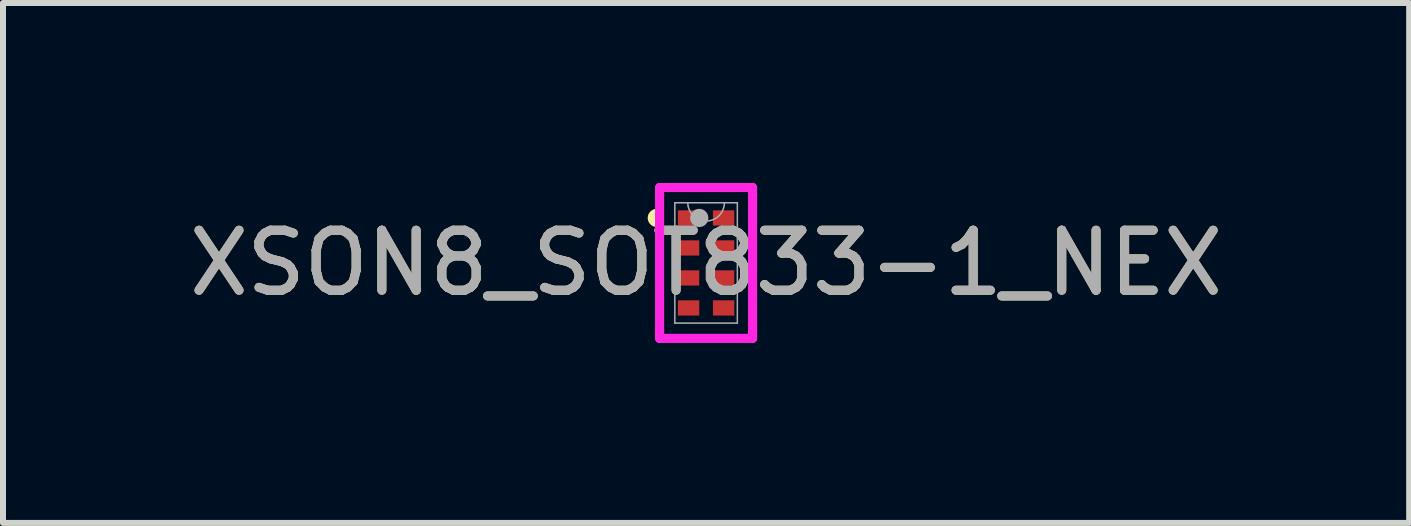
<source format=kicad_pcb>
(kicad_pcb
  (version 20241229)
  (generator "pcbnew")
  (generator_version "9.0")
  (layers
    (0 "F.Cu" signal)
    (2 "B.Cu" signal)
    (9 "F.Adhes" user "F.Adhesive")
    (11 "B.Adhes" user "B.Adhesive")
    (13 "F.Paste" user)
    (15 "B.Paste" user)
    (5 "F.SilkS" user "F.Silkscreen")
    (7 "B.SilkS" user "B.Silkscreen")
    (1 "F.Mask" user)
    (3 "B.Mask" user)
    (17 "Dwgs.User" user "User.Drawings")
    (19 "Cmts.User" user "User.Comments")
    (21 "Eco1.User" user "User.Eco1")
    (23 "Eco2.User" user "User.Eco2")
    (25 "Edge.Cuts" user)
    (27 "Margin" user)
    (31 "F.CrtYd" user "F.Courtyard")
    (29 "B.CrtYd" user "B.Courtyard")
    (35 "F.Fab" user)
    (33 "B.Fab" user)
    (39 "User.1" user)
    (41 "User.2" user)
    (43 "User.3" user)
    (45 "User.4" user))
  (footprint "XSON8_SOT833-1_NEX"
    (layer "F.Cu")
    (at 8.72 1.333)
    (property "Reference" "XSON8_SOT833-1_NEX" (at 0 0 0) (unlocked yes) (layer "F.SilkS") (effects (font (size 1 1) (thickness 0.15))))
    (attr smd)
    (fp_arc (start -0.80264 -0.676376) (mid -0.897763 -0.750189) (end -0.80264 -0.824002) (stroke (width 0.1524) (type solid)) (layer "F.SilkS"))
    (fp_line (start -0.775 -1.257) (end 0.775 -1.257) (stroke (width 0.152) (type solid)) (layer "F.CrtYd"))
    (fp_line (start -0.775 -1.131) (end -0.775 -1.257) (stroke (width 0.152) (type solid)) (layer "F.CrtYd"))
    (fp_line (start -0.775 -1.131) (end -0.775 -1.131) (stroke (width 0.152) (type solid)) (layer "F.CrtYd"))
    (fp_line (start -0.775 1.131) (end -0.775 -1.131) (stroke (width 0.152) (type solid)) (layer "F.CrtYd"))
    (fp_line (start -0.775 1.131) (end -0.775 1.131) (stroke (width 0.152) (type solid)) (layer "F.CrtYd"))
    (fp_line (start -0.775 1.257) (end -0.775 1.131) (stroke (width 0.152) (type solid)) (layer "F.CrtYd"))
    (fp_line (start 0.775 -1.257) (end 0.775 -1.131) (stroke (width 0.152) (type solid)) (layer "F.CrtYd"))
    (fp_line (start 0.775 -1.131) (end 0.775 -1.131) (stroke (width 0.152) (type solid)) (layer "F.CrtYd"))
    (fp_line (start 0.775 -1.131) (end 0.775 1.131) (stroke (width 0.152) (type solid)) (layer "F.CrtYd"))
    (fp_line (start 0.775 1.131) (end 0.775 1.131) (stroke (width 0.152) (type solid)) (layer "F.CrtYd"))
    (fp_line (start 0.775 1.131) (end 0.775 1.257) (stroke (width 0.152) (type solid)) (layer "F.CrtYd"))
    (fp_line (start 0.775 1.257) (end -0.775 1.257) (stroke (width 0.152) (type solid)) (layer "F.CrtYd"))
    (fp_line (start -0.521 -1.003) (end -0.521 1.003) (stroke (width 0.025) (type solid)) (layer "F.Fab"))
    (fp_line (start -0.521 1.003) (end 0.521 1.003) (stroke (width 0.025) (type solid)) (layer "F.Fab"))
    (fp_line (start 0.521 -1.003) (end -0.521 -1.003) (stroke (width 0.025) (type solid)) (layer "F.Fab"))
    (fp_line (start 0.521 1.003) (end 0.521 -1.003) (stroke (width 0.025) (type solid)) (layer "F.Fab"))
    (fp_arc (start 0.3048 -1.0033) (mid 0 -0.6985) (end -0.3048 -1.0033) (stroke (width 0.0254) (type solid)) (layer "F.Fab"))
    (fp_circle (center -0.114 -0.75) (end -0.038 -0.75) (stroke (width 0.152) (type solid)) (fill no) (layer "F.Fab"))
    (fp_text user "${REFERENCE}" (at 0 0 0) (unlocked yes) (layer "F.Fab") (effects (font (size 1 1) (thickness 0.15))))
    (pad "1" smd rect (at -0.267 -0.75) (size 0.406 0.254) (layers "F.Cu" "F.Mask" "F.Paste"))
    (pad "2" smd rect (at -0.292 -0.25) (size 0.356 0.254) (layers "F.Cu" "F.Mask" "F.Paste"))
    (pad "3" smd rect (at -0.292 0.25) (size 0.356 0.254) (layers "F.Cu" "F.Mask" "F.Paste"))
    (pad "4" smd rect (at -0.292 0.75) (size 0.356 0.254) (layers "F.Cu" "F.Mask" "F.Paste"))
    (pad "5" smd rect (at 0.292 0.75) (size 0.356 0.254) (layers "F.Cu" "F.Mask" "F.Paste"))
    (pad "6" smd rect (at 0.292 0.25) (size 0.356 0.254) (layers "F.Cu" "F.Mask" "F.Paste"))
    (pad "7" smd rect (at 0.292 -0.25) (size 0.356 0.254) (layers "F.Cu" "F.Mask" "F.Paste"))
    (pad "8" smd rect (at 0.292 -0.75) (size 0.356 0.254) (layers "F.Cu" "F.Mask" "F.Paste")))
  (gr_rect
    (start -3 -3)
    (end 20.44 5.667)
    (stroke (width 0.1) (type default))
    (fill no)
    (layer "Edge.Cuts")))
</source>
